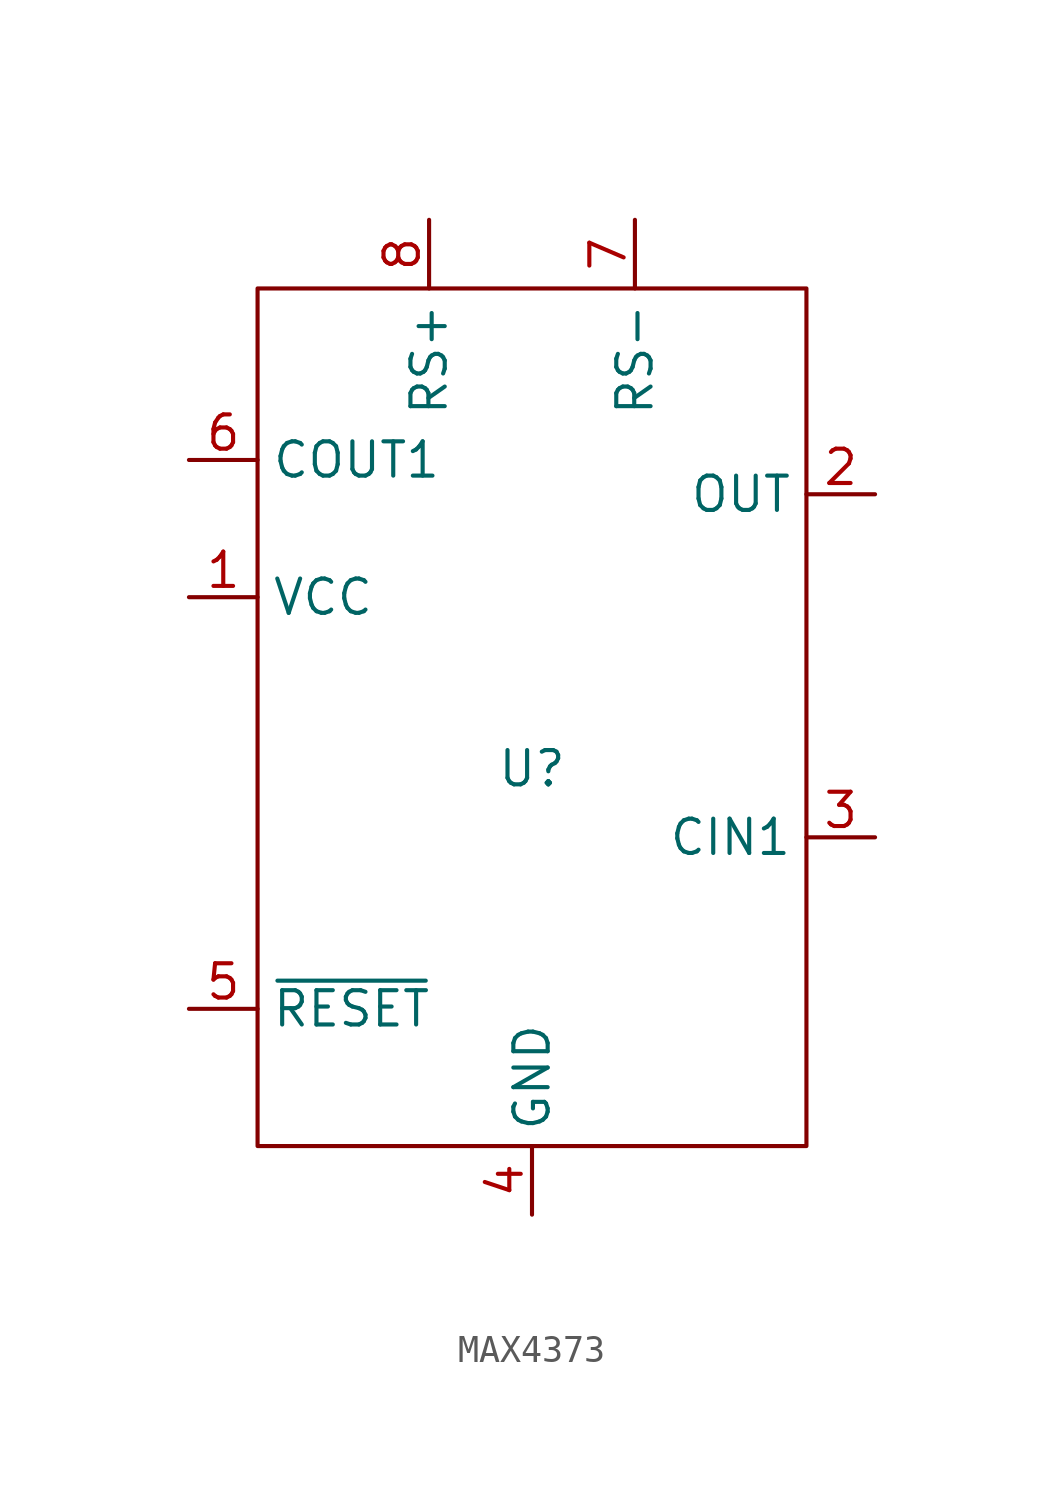
<source format=kicad_sym>
(kicad_symbol_lib
  (version 20220914)
  (generator kicad_symbol_editor)
  (symbol "MAX4373"
    (property "Reference" "U"
      (at 0 0 0)
      (effects (font (size 1.27 1.27))))
    (property "Value" ""
      (at 0 0 0)
      (effects (font (size 1.27 1.27))))
    (symbol "MAX4373_0_1"
      (rectangle (start -10.16 17.78) (end 10.16 -13.97) (stroke (width 0) (type default)) (fill (type none))))
    (symbol "MAX4373_1_1"
      (pin input line (at -12.7 6.35 0) (length 2.54) (name "VCC" (effects (font (size 1.27 1.27)))) (number "1" (effects (font (size 1.27 1.27)))))
      (pin input line (at 12.7 10.16 180) (length 2.54) (name "OUT" (effects (font (size 1.27 1.27)))) (number "2" (effects (font (size 1.27 1.27)))))
      (pin input line (at 12.7 -2.54 180) (length 2.54) (name "CIN1" (effects (font (size 1.27 1.27)))) (number "3" (effects (font (size 1.27 1.27)))))
      (pin input line (at 0 -16.51 90) (length 2.54) (name "GND" (effects (font (size 1.27 1.27)))) (number "4" (effects (font (size 1.27 1.27)))))
      (pin input line (at -12.7 -8.89 0) (length 2.54) (name "~{RESET}" (effects (font (size 1.27 1.27)))) (number "5" (effects (font (size 1.27 1.27)))))
      (pin input line (at -12.7 11.43 0) (length 2.54) (name "COUT1" (effects (font (size 1.27 1.27)))) (number "6" (effects (font (size 1.27 1.27)))))
      (pin input line (at 3.81 20.32 270) (length 2.54) (name "RS-" (effects (font (size 1.27 1.27)))) (number "7" (effects (font (size 1.27 1.27)))))
      (pin input line (at -3.81 20.32 270) (length 2.54) (name "RS+" (effects (font (size 1.27 1.27)))) (number "8" (effects (font (size 1.27 1.27))))))))
</source>
